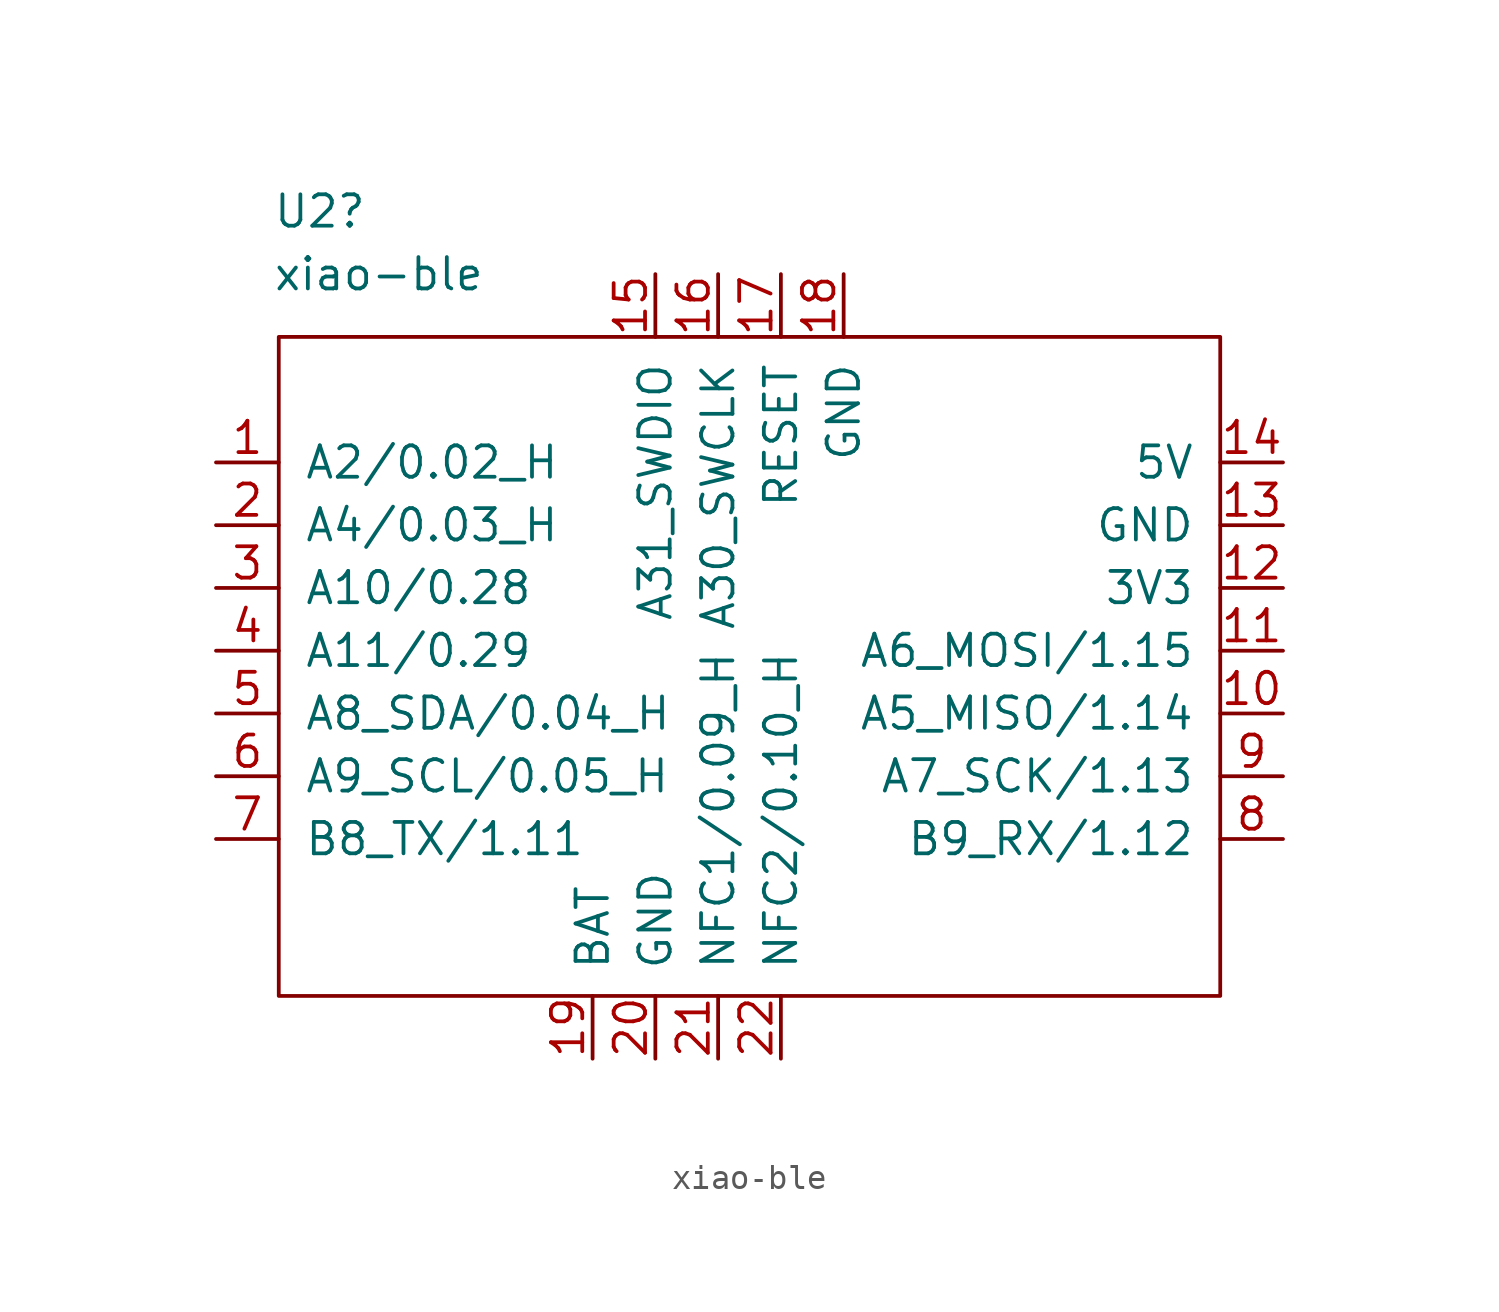
<source format=kicad_sym>
(kicad_symbol_lib
  (version 20231120)
  (generator "kicad_symbol_editor")
  (generator_version "8.0")
  (symbol "xiao-ble"
    (pin_names
      (offset 1.016))
    (property "Reference" "U2"
      (at -19.304 17.78 0)
      (effects (font (size 1.27 1.27)) (justify left)))
    (property "Value" "xiao-ble"
      (at -19.304 15.24 0)
      (effects (font (size 1.27 1.27)) (justify left)))
    (symbol "xiao-ble_0_1"
      (rectangle (start -19.05 12.7) (end 19.05 -13.97) (stroke (width 0) (type default)) (fill (type none))))
    (symbol "xiao-ble_1_1"
      (pin bidirectional line (at -21.59 7.62 0) (length 2.54) (name "A2/0.02_H" (effects (font (size 1.27 1.27)))) (number "1" (effects (font (size 1.27 1.27)))))
      (pin bidirectional line (at 21.59 -2.54 180) (length 2.54) (name "A5_MISO/1.14" (effects (font (size 1.27 1.27)))) (number "10" (effects (font (size 1.27 1.27)))))
      (pin bidirectional line (at 21.59 0 180) (length 2.54) (name "A6_MOSI/1.15" (effects (font (size 1.27 1.27)))) (number "11" (effects (font (size 1.27 1.27)))))
      (pin power_out line (at 21.59 2.54 180) (length 2.54) (name "3V3" (effects (font (size 1.27 1.27)))) (number "12" (effects (font (size 1.27 1.27)))))
      (pin power_out line (at 21.59 5.08 180) (length 2.54) (name "GND" (effects (font (size 1.27 1.27)))) (number "13" (effects (font (size 1.27 1.27)))))
      (pin power_out line (at 21.59 7.62 180) (length 2.54) (name "5V" (effects (font (size 1.27 1.27)))) (number "14" (effects (font (size 1.27 1.27)))))
      (pin input line (at -3.81 15.24 270) (length 2.54) (name "A31_SWDIO" (effects (font (size 1.27 1.27)))) (number "15" (effects (font (size 1.27 1.27)))))
      (pin input line (at -1.27 15.24 270) (length 2.54) (name "A30_SWCLK" (effects (font (size 1.27 1.27)))) (number "16" (effects (font (size 1.27 1.27)))))
      (pin input line (at 1.27 15.24 270) (length 2.54) (name "RESET" (effects (font (size 1.27 1.27)))) (number "17" (effects (font (size 1.27 1.27)))))
      (pin power_out line (at 3.81 15.24 270) (length 2.54) (name "GND" (effects (font (size 1.27 1.27)))) (number "18" (effects (font (size 1.27 1.27)))))
      (pin bidirectional line (at -6.35 -16.51 90) (length 2.54) (name "BAT" (effects (font (size 1.27 1.27)))) (number "19" (effects (font (size 1.27 1.27)))))
      (pin bidirectional line (at -21.59 5.08 0) (length 2.54) (name "A4/0.03_H" (effects (font (size 1.27 1.27)))) (number "2" (effects (font (size 1.27 1.27)))))
      (pin power_out line (at -3.81 -16.51 90) (length 2.54) (name "GND" (effects (font (size 1.27 1.27)))) (number "20" (effects (font (size 1.27 1.27)))))
      (pin bidirectional line (at -1.27 -16.51 90) (length 2.54) (name "NFC1/0.09_H" (effects (font (size 1.27 1.27)))) (number "21" (effects (font (size 1.27 1.27)))))
      (pin bidirectional line (at 1.27 -16.51 90) (length 2.54) (name "NFC2/0.10_H" (effects (font (size 1.27 1.27)))) (number "22" (effects (font (size 1.27 1.27)))))
      (pin bidirectional line (at -21.59 2.54 0) (length 2.54) (name "A10/0.28" (effects (font (size 1.27 1.27)))) (number "3" (effects (font (size 1.27 1.27)))))
      (pin bidirectional line (at -21.59 0 0) (length 2.54) (name "A11/0.29" (effects (font (size 1.27 1.27)))) (number "4" (effects (font (size 1.27 1.27)))))
      (pin bidirectional line (at -21.59 -2.54 0) (length 2.54) (name "A8_SDA/0.04_H" (effects (font (size 1.27 1.27)))) (number "5" (effects (font (size 1.27 1.27)))))
      (pin bidirectional line (at -21.59 -5.08 0) (length 2.54) (name "A9_SCL/0.05_H" (effects (font (size 1.27 1.27)))) (number "6" (effects (font (size 1.27 1.27)))))
      (pin bidirectional line (at -21.59 -7.62 0) (length 2.54) (name "B8_TX/1.11" (effects (font (size 1.27 1.27)))) (number "7" (effects (font (size 1.27 1.27)))))
      (pin bidirectional line (at 21.59 -7.62 180) (length 2.54) (name "B9_RX/1.12" (effects (font (size 1.27 1.27)))) (number "8" (effects (font (size 1.27 1.27)))))
      (pin bidirectional line (at 21.59 -5.08 180) (length 2.54) (name "A7_SCK/1.13" (effects (font (size 1.27 1.27)))) (number "9" (effects (font (size 1.27 1.27))))))))
</source>
